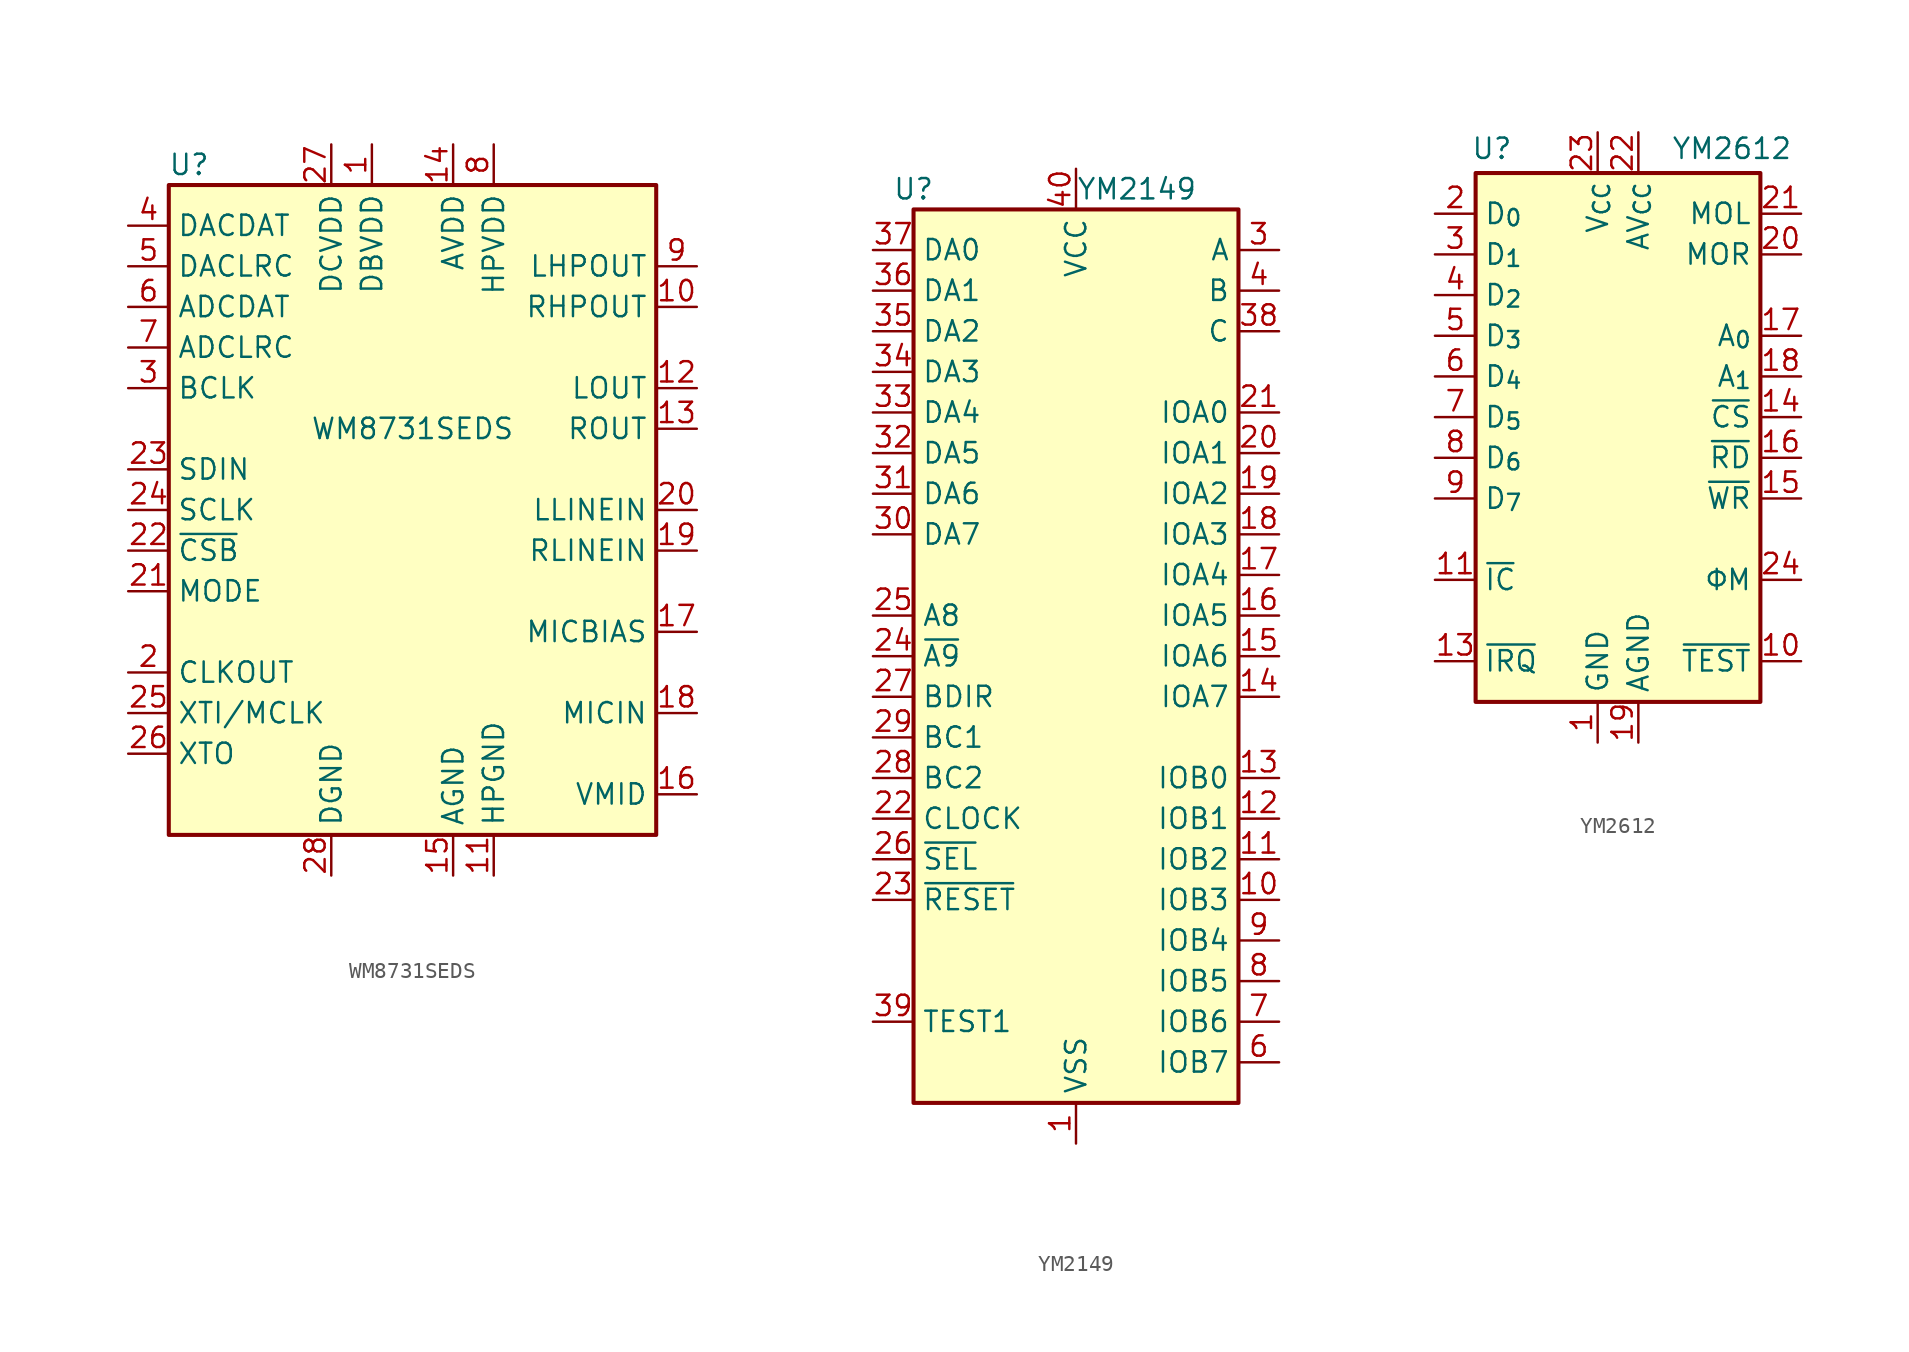
<source format=kicad_sym>
(kicad_symbol_lib
  (version 20241209)
  (generator "kicad_symbol_editor")
  (generator_version "9.0")
  (symbol "WM8731SEDS"
    (property "Reference" "U"
      (at -13.97 21.59 0)
      (effects (font (size 1.27 1.27))))
    (property "Value" "WM8731SEDS"
      (at 0 5.08 0)
      (effects (font (size 1.27 1.27))))
    (symbol "WM8731SEDS_0_1"
      (rectangle (start -15.24 20.32) (end 15.24 -20.32) (stroke (width 0.254) (type default)) (fill (type background))))
    (symbol "WM8731SEDS_1_1"
      (pin input line (at -17.78 17.78 0) (length 2.54) (name "DACDAT" (effects (font (size 1.27 1.27)))) (number "4" (effects (font (size 1.27 1.27)))))
      (pin bidirectional line (at -17.78 15.24 0) (length 2.54) (name "DACLRC" (effects (font (size 1.27 1.27)))) (number "5" (effects (font (size 1.27 1.27)))))
      (pin output line (at -17.78 12.7 0) (length 2.54) (name "ADCDAT" (effects (font (size 1.27 1.27)))) (number "6" (effects (font (size 1.27 1.27)))))
      (pin bidirectional line (at -17.78 10.16 0) (length 2.54) (name "ADCLRC" (effects (font (size 1.27 1.27)))) (number "7" (effects (font (size 1.27 1.27)))))
      (pin bidirectional line (at -17.78 7.62 0) (length 2.54) (name "BCLK" (effects (font (size 1.27 1.27)))) (number "3" (effects (font (size 1.27 1.27)))))
      (pin bidirectional line (at -17.78 2.54 0) (length 2.54) (name "SDIN" (effects (font (size 1.27 1.27)))) (number "23" (effects (font (size 1.27 1.27)))))
      (pin input line (at -17.78 0 0) (length 2.54) (name "SCLK" (effects (font (size 1.27 1.27)))) (number "24" (effects (font (size 1.27 1.27)))))
      (pin input line (at -17.78 -2.54 0) (length 2.54) (name "~{CSB}" (effects (font (size 1.27 1.27)))) (number "22" (effects (font (size 1.27 1.27)))))
      (pin input line (at -17.78 -5.08 0) (length 2.54) (name "MODE" (effects (font (size 1.27 1.27)))) (number "21" (effects (font (size 1.27 1.27)))))
      (pin output line (at -17.78 -10.16 0) (length 2.54) (name "CLKOUT" (effects (font (size 1.27 1.27)))) (number "2" (effects (font (size 1.27 1.27)))))
      (pin input line (at -17.78 -12.7 0) (length 2.54) (name "XTI/MCLK" (effects (font (size 1.27 1.27)))) (number "25" (effects (font (size 1.27 1.27)))))
      (pin output line (at -17.78 -15.24 0) (length 2.54) (name "XTO" (effects (font (size 1.27 1.27)))) (number "26" (effects (font (size 1.27 1.27)))))
      (pin power_in line (at -5.08 22.86 270) (length 2.54) (name "DCVDD" (effects (font (size 1.27 1.27)))) (number "27" (effects (font (size 1.27 1.27)))))
      (pin power_in line (at -5.08 -22.86 90) (length 2.54) (name "DGND" (effects (font (size 1.27 1.27)))) (number "28" (effects (font (size 1.27 1.27)))))
      (pin power_in line (at -2.54 22.86 270) (length 2.54) (name "DBVDD" (effects (font (size 1.27 1.27)))) (number "1" (effects (font (size 1.27 1.27)))))
      (pin power_in line (at 2.54 22.86 270) (length 2.54) (name "AVDD" (effects (font (size 1.27 1.27)))) (number "14" (effects (font (size 1.27 1.27)))))
      (pin power_in line (at 2.54 -22.86 90) (length 2.54) (name "AGND" (effects (font (size 1.27 1.27)))) (number "15" (effects (font (size 1.27 1.27)))))
      (pin power_in line (at 5.08 22.86 270) (length 2.54) (name "HPVDD" (effects (font (size 1.27 1.27)))) (number "8" (effects (font (size 1.27 1.27)))))
      (pin power_in line (at 5.08 -22.86 90) (length 2.54) (name "HPGND" (effects (font (size 1.27 1.27)))) (number "11" (effects (font (size 1.27 1.27)))))
      (pin output line (at 17.78 15.24 180) (length 2.54) (name "LHPOUT" (effects (font (size 1.27 1.27)))) (number "9" (effects (font (size 1.27 1.27)))))
      (pin output line (at 17.78 12.7 180) (length 2.54) (name "RHPOUT" (effects (font (size 1.27 1.27)))) (number "10" (effects (font (size 1.27 1.27)))))
      (pin output line (at 17.78 7.62 180) (length 2.54) (name "LOUT" (effects (font (size 1.27 1.27)))) (number "12" (effects (font (size 1.27 1.27)))))
      (pin output line (at 17.78 5.08 180) (length 2.54) (name "ROUT" (effects (font (size 1.27 1.27)))) (number "13" (effects (font (size 1.27 1.27)))))
      (pin input line (at 17.78 0 180) (length 2.54) (name "LLINEIN" (effects (font (size 1.27 1.27)))) (number "20" (effects (font (size 1.27 1.27)))))
      (pin input line (at 17.78 -2.54 180) (length 2.54) (name "RLINEIN" (effects (font (size 1.27 1.27)))) (number "19" (effects (font (size 1.27 1.27)))))
      (pin output line (at 17.78 -7.62 180) (length 2.54) (name "MICBIAS" (effects (font (size 1.27 1.27)))) (number "17" (effects (font (size 1.27 1.27)))))
      (pin input line (at 17.78 -12.7 180) (length 2.54) (name "MICIN" (effects (font (size 1.27 1.27)))) (number "18" (effects (font (size 1.27 1.27)))))
      (pin passive line (at 17.78 -17.78 180) (length 2.54) (name "VMID" (effects (font (size 1.27 1.27)))) (number "16" (effects (font (size 1.27 1.27)))))))
  (symbol "YM2149"
    (property "Reference" "U"
      (at -10.16 29.21 0)
      (effects (font (size 1.27 1.27))))
    (property "Value" "YM2149"
      (at 3.81 29.21 0)
      (effects (font (size 1.27 1.27))))
    (symbol "YM2149_0_1"
      (rectangle (start -10.16 27.94) (end 10.16 -27.94) (stroke (width 0.254) (type default)) (fill (type background))))
    (symbol "YM2149_1_1"
      (pin bidirectional line (at -12.7 25.4 0) (length 2.54) (name "DA0" (effects (font (size 1.27 1.27)))) (number "37" (effects (font (size 1.27 1.27)))))
      (pin bidirectional line (at -12.7 22.86 0) (length 2.54) (name "DA1" (effects (font (size 1.27 1.27)))) (number "36" (effects (font (size 1.27 1.27)))))
      (pin bidirectional line (at -12.7 20.32 0) (length 2.54) (name "DA2" (effects (font (size 1.27 1.27)))) (number "35" (effects (font (size 1.27 1.27)))))
      (pin bidirectional line (at -12.7 17.78 0) (length 2.54) (name "DA3" (effects (font (size 1.27 1.27)))) (number "34" (effects (font (size 1.27 1.27)))))
      (pin bidirectional line (at -12.7 15.24 0) (length 2.54) (name "DA4" (effects (font (size 1.27 1.27)))) (number "33" (effects (font (size 1.27 1.27)))))
      (pin bidirectional line (at -12.7 12.7 0) (length 2.54) (name "DA5" (effects (font (size 1.27 1.27)))) (number "32" (effects (font (size 1.27 1.27)))))
      (pin bidirectional line (at -12.7 10.16 0) (length 2.54) (name "DA6" (effects (font (size 1.27 1.27)))) (number "31" (effects (font (size 1.27 1.27)))))
      (pin bidirectional line (at -12.7 7.62 0) (length 2.54) (name "DA7" (effects (font (size 1.27 1.27)))) (number "30" (effects (font (size 1.27 1.27)))))
      (pin input line (at -12.7 2.54 0) (length 2.54) (name "A8" (effects (font (size 1.27 1.27)))) (number "25" (effects (font (size 1.27 1.27)))))
      (pin input line (at -12.7 0 0) (length 2.54) (name "~{A9}" (effects (font (size 1.27 1.27)))) (number "24" (effects (font (size 1.27 1.27)))))
      (pin input line (at -12.7 -2.54 0) (length 2.54) (name "BDIR" (effects (font (size 1.27 1.27)))) (number "27" (effects (font (size 1.27 1.27)))))
      (pin input line (at -12.7 -5.08 0) (length 2.54) (name "BC1" (effects (font (size 1.27 1.27)))) (number "29" (effects (font (size 1.27 1.27)))))
      (pin input line (at -12.7 -7.62 0) (length 2.54) (name "BC2" (effects (font (size 1.27 1.27)))) (number "28" (effects (font (size 1.27 1.27)))))
      (pin input line (at -12.7 -10.16 0) (length 2.54) (name "CLOCK" (effects (font (size 1.27 1.27)))) (number "22" (effects (font (size 1.27 1.27)))))
      (pin input line (at -12.7 -12.7 0) (length 2.54) (name "~{SEL}" (effects (font (size 1.27 1.27)))) (number "26" (effects (font (size 1.27 1.27)))))
      (pin input line (at -12.7 -15.24 0) (length 2.54) (name "~{RESET}" (effects (font (size 1.27 1.27)))) (number "23" (effects (font (size 1.27 1.27)))))
      (pin passive line (at -12.7 -22.86 0) (length 2.54) (name "TEST1" (effects (font (size 1.27 1.27)))) (number "39" (effects (font (size 1.27 1.27)))))
      (pin no_connect line (at -10.16 -17.78 0) (length 2.54) (hide yes) (name "NC" (effects (font (size 1.27 1.27)))) (number "2" (effects (font (size 1.27 1.27)))))
      (pin no_connect line (at -10.16 -20.32 0) (length 2.54) (hide yes) (name "NC" (effects (font (size 1.27 1.27)))) (number "5" (effects (font (size 1.27 1.27)))))
      (pin power_in line (at 0 30.48 270) (length 2.54) (name "VCC" (effects (font (size 1.27 1.27)))) (number "40" (effects (font (size 1.27 1.27)))))
      (pin power_in line (at 0 -30.48 90) (length 2.54) (name "VSS" (effects (font (size 1.27 1.27)))) (number "1" (effects (font (size 1.27 1.27)))))
      (pin output line (at 12.7 25.4 180) (length 2.54) (name "A" (effects (font (size 1.27 1.27)))) (number "3" (effects (font (size 1.27 1.27)))))
      (pin output line (at 12.7 22.86 180) (length 2.54) (name "B" (effects (font (size 1.27 1.27)))) (number "4" (effects (font (size 1.27 1.27)))))
      (pin output line (at 12.7 20.32 180) (length 2.54) (name "C" (effects (font (size 1.27 1.27)))) (number "38" (effects (font (size 1.27 1.27)))))
      (pin bidirectional line (at 12.7 15.24 180) (length 2.54) (name "IOA0" (effects (font (size 1.27 1.27)))) (number "21" (effects (font (size 1.27 1.27)))))
      (pin bidirectional line (at 12.7 12.7 180) (length 2.54) (name "IOA1" (effects (font (size 1.27 1.27)))) (number "20" (effects (font (size 1.27 1.27)))))
      (pin bidirectional line (at 12.7 10.16 180) (length 2.54) (name "IOA2" (effects (font (size 1.27 1.27)))) (number "19" (effects (font (size 1.27 1.27)))))
      (pin bidirectional line (at 12.7 7.62 180) (length 2.54) (name "IOA3" (effects (font (size 1.27 1.27)))) (number "18" (effects (font (size 1.27 1.27)))))
      (pin bidirectional line (at 12.7 5.08 180) (length 2.54) (name "IOA4" (effects (font (size 1.27 1.27)))) (number "17" (effects (font (size 1.27 1.27)))))
      (pin bidirectional line (at 12.7 2.54 180) (length 2.54) (name "IOA5" (effects (font (size 1.27 1.27)))) (number "16" (effects (font (size 1.27 1.27)))))
      (pin bidirectional line (at 12.7 0 180) (length 2.54) (name "IOA6" (effects (font (size 1.27 1.27)))) (number "15" (effects (font (size 1.27 1.27)))))
      (pin bidirectional line (at 12.7 -2.54 180) (length 2.54) (name "IOA7" (effects (font (size 1.27 1.27)))) (number "14" (effects (font (size 1.27 1.27)))))
      (pin bidirectional line (at 12.7 -7.62 180) (length 2.54) (name "IOB0" (effects (font (size 1.27 1.27)))) (number "13" (effects (font (size 1.27 1.27)))))
      (pin bidirectional line (at 12.7 -10.16 180) (length 2.54) (name "IOB1" (effects (font (size 1.27 1.27)))) (number "12" (effects (font (size 1.27 1.27)))))
      (pin bidirectional line (at 12.7 -12.7 180) (length 2.54) (name "IOB2" (effects (font (size 1.27 1.27)))) (number "11" (effects (font (size 1.27 1.27)))))
      (pin bidirectional line (at 12.7 -15.24 180) (length 2.54) (name "IOB3" (effects (font (size 1.27 1.27)))) (number "10" (effects (font (size 1.27 1.27)))))
      (pin bidirectional line (at 12.7 -17.78 180) (length 2.54) (name "IOB4" (effects (font (size 1.27 1.27)))) (number "9" (effects (font (size 1.27 1.27)))))
      (pin bidirectional line (at 12.7 -20.32 180) (length 2.54) (name "IOB5" (effects (font (size 1.27 1.27)))) (number "8" (effects (font (size 1.27 1.27)))))
      (pin bidirectional line (at 12.7 -22.86 180) (length 2.54) (name "IOB6" (effects (font (size 1.27 1.27)))) (number "7" (effects (font (size 1.27 1.27)))))
      (pin bidirectional line (at 12.7 -25.4 180) (length 2.54) (name "IOB7" (effects (font (size 1.27 1.27)))) (number "6" (effects (font (size 1.27 1.27)))))))
  (symbol "YM2612"
    (property "Reference" "U"
      (at -6.604 19.304 0)
      (effects (font (size 1.27 1.27))))
    (property "Value" "YM2612"
      (at 8.382 19.304 0)
      (effects (font (size 1.27 1.27))))
    (symbol "YM2612_0_0"
      (rectangle (start -7.62 17.78) (end 10.16 -15.24) (stroke (width 0.254) (type default)) (fill (type background))))
    (symbol "YM2612_1_1"
      (pin bidirectional line (at -10.16 15.24 0) (length 2.54) (name "D_{0}" (effects (font (size 1.27 1.27)))) (number "2" (effects (font (size 1.27 1.27)))))
      (pin bidirectional line (at -10.16 12.7 0) (length 2.54) (name "D_{1}" (effects (font (size 1.27 1.27)))) (number "3" (effects (font (size 1.27 1.27)))))
      (pin bidirectional line (at -10.16 10.16 0) (length 2.54) (name "D_{2}" (effects (font (size 1.27 1.27)))) (number "4" (effects (font (size 1.27 1.27)))))
      (pin bidirectional line (at -10.16 7.62 0) (length 2.54) (name "D_{3}" (effects (font (size 1.27 1.27)))) (number "5" (effects (font (size 1.27 1.27)))))
      (pin bidirectional line (at -10.16 5.08 0) (length 2.54) (name "D_{4}" (effects (font (size 1.27 1.27)))) (number "6" (effects (font (size 1.27 1.27)))))
      (pin bidirectional line (at -10.16 2.54 0) (length 2.54) (name "D_{5}" (effects (font (size 1.27 1.27)))) (number "7" (effects (font (size 1.27 1.27)))))
      (pin bidirectional line (at -10.16 0 0) (length 2.54) (name "D_{6}" (effects (font (size 1.27 1.27)))) (number "8" (effects (font (size 1.27 1.27)))))
      (pin bidirectional line (at -10.16 -2.54 0) (length 2.54) (name "D_{7}" (effects (font (size 1.27 1.27)))) (number "9" (effects (font (size 1.27 1.27)))))
      (pin input line (at -10.16 -7.62 0) (length 2.54) (name "~{IC}" (effects (font (size 1.27 1.27)))) (number "11" (effects (font (size 1.27 1.27)))))
      (pin open_collector line (at -10.16 -12.7 0) (length 2.54) (name "~{IRQ}" (effects (font (size 1.27 1.27)))) (number "13" (effects (font (size 1.27 1.27)))))
      (pin power_in line (at 0 20.32 270) (length 2.54) (name "V_{CC}" (effects (font (size 1.27 1.27)))) (number "23" (effects (font (size 1.27 1.27)))))
      (pin power_in line (at 0 -17.78 90) (length 2.54) (name "GND" (effects (font (size 1.27 1.27)))) (number "1" (effects (font (size 1.27 1.27)))))
      (pin passive line (at 0 -17.78 90) (length 2.54) (hide yes) (name "GND" (effects (font (size 1.27 1.27)))) (number "12" (effects (font (size 1.27 1.27)))))
      (pin power_in line (at 2.54 20.32 270) (length 2.54) (name "AV_{CC}" (effects (font (size 1.27 1.27)))) (number "22" (effects (font (size 1.27 1.27)))))
      (pin power_in line (at 2.54 -17.78 90) (length 2.54) (name "AGND" (effects (font (size 1.27 1.27)))) (number "19" (effects (font (size 1.27 1.27)))))
      (pin output line (at 12.7 15.24 180) (length 2.54) (name "MOL" (effects (font (size 1.27 1.27)))) (number "21" (effects (font (size 1.27 1.27)))))
      (pin output line (at 12.7 12.7 180) (length 2.54) (name "MOR" (effects (font (size 1.27 1.27)))) (number "20" (effects (font (size 1.27 1.27)))))
      (pin input line (at 12.7 7.62 180) (length 2.54) (name "A_{0}" (effects (font (size 1.27 1.27)))) (number "17" (effects (font (size 1.27 1.27)))))
      (pin input line (at 12.7 5.08 180) (length 2.54) (name "A_{1}" (effects (font (size 1.27 1.27)))) (number "18" (effects (font (size 1.27 1.27)))))
      (pin input line (at 12.7 2.54 180) (length 2.54) (name "~{CS}" (effects (font (size 1.27 1.27)))) (number "14" (effects (font (size 1.27 1.27)))))
      (pin input line (at 12.7 0 180) (length 2.54) (name "~{RD}" (effects (font (size 1.27 1.27)))) (number "16" (effects (font (size 1.27 1.27)))))
      (pin input line (at 12.7 -2.54 180) (length 2.54) (name "~{WR}" (effects (font (size 1.27 1.27)))) (number "15" (effects (font (size 1.27 1.27)))))
      (pin input line (at 12.7 -7.62 180) (length 2.54) (name "ΦM" (effects (font (size 1.27 1.27)))) (number "24" (effects (font (size 1.27 1.27)))))
      (pin bidirectional line (at 12.7 -12.7 180) (length 2.54) (name "~{TEST}" (effects (font (size 1.27 1.27)))) (number "10" (effects (font (size 1.27 1.27))))))))
</source>
